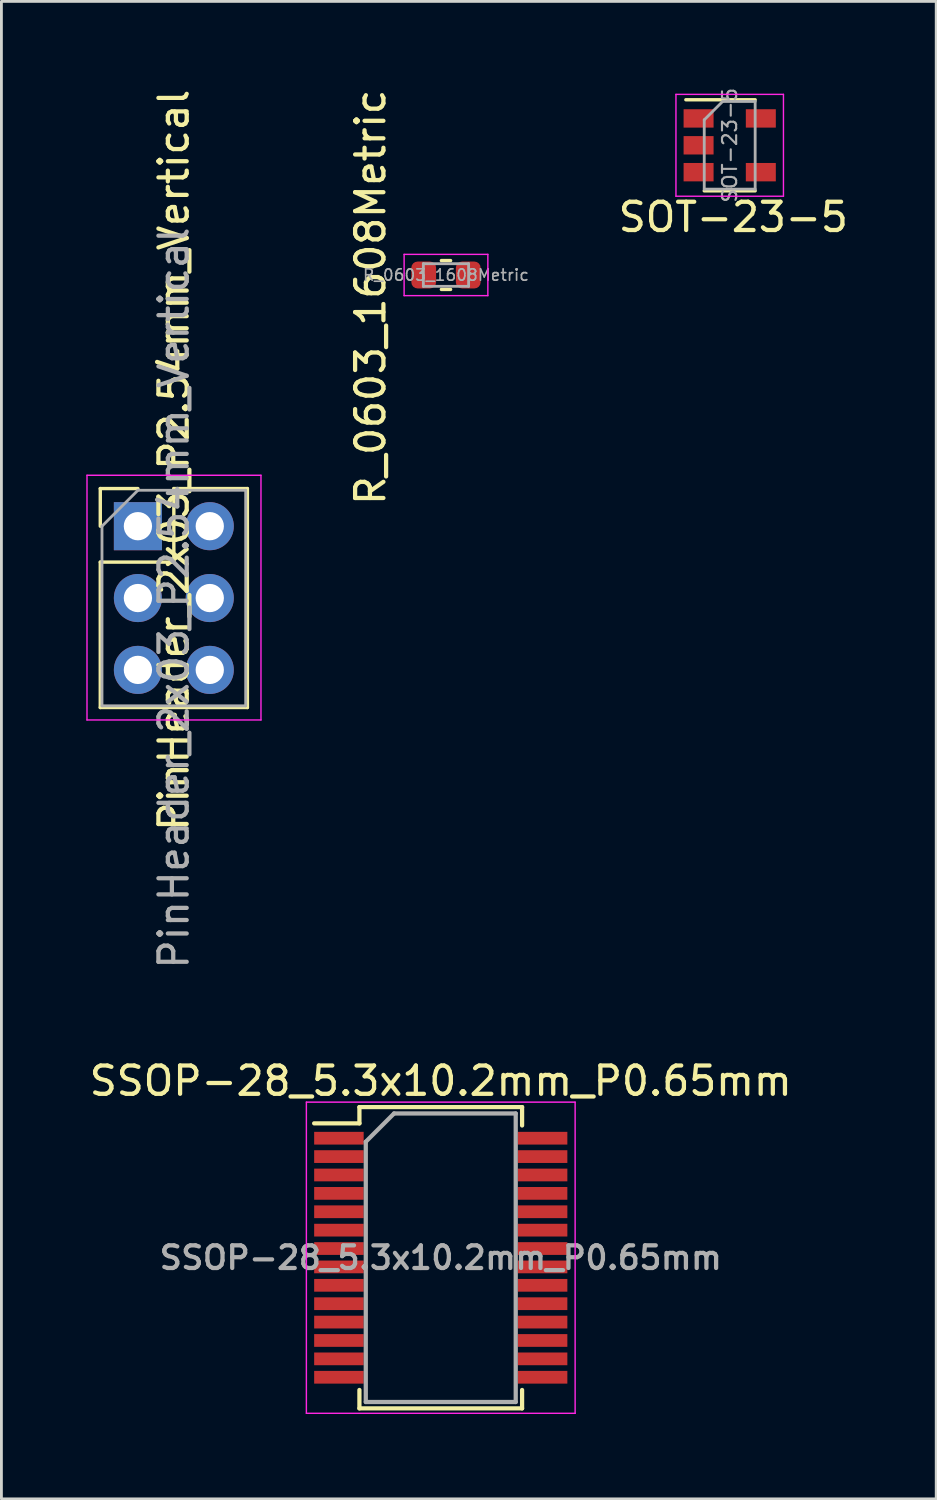
<source format=kicad_pcb>
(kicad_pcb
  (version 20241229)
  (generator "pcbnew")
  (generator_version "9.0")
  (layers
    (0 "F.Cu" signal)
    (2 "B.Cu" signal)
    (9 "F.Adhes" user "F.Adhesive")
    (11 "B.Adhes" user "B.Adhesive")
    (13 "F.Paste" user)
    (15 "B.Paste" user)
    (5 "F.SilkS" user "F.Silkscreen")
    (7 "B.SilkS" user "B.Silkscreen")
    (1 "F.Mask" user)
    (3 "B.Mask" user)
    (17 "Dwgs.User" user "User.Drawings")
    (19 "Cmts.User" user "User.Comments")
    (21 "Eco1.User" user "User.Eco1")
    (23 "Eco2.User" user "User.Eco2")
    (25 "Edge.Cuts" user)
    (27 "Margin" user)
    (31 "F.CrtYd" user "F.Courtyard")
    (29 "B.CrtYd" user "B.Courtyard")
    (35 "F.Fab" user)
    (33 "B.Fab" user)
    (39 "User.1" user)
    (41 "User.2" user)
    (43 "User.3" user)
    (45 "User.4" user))
  (footprint "SSOP-28_5.3x10.2mm_P0.65mm"
    (layer "F.Cu")
    (at 12.53 41.409)
    (property "Reference" "SSOP-28_5.3x10.2mm_P0.65mm" (at 0 -6.25 0) (layer "F.SilkS") (effects (font (size 1 1) (thickness 0.15))))
    (attr smd)
    (fp_line (start -2.875 -5.325) (end -2.875 -4.75) (stroke (width 0.15) (type solid)) (layer "F.SilkS"))
    (fp_line (start -2.875 -5.325) (end 2.875 -5.325) (stroke (width 0.15) (type solid)) (layer "F.SilkS"))
    (fp_line (start -2.875 -4.75) (end -4.475 -4.75) (stroke (width 0.15) (type solid)) (layer "F.SilkS"))
    (fp_line (start -2.875 5.325) (end -2.875 4.675) (stroke (width 0.15) (type solid)) (layer "F.SilkS"))
    (fp_line (start -2.875 5.325) (end 2.875 5.325) (stroke (width 0.15) (type solid)) (layer "F.SilkS"))
    (fp_line (start 2.875 -5.325) (end 2.875 -4.675) (stroke (width 0.15) (type solid)) (layer "F.SilkS"))
    (fp_line (start 2.875 5.325) (end 2.875 4.675) (stroke (width 0.15) (type solid)) (layer "F.SilkS"))
    (fp_line (start -4.75 -5.5) (end -4.75 5.5) (stroke (width 0.05) (type solid)) (layer "F.CrtYd"))
    (fp_line (start -4.75 -5.5) (end 4.75 -5.5) (stroke (width 0.05) (type solid)) (layer "F.CrtYd"))
    (fp_line (start -4.75 5.5) (end 4.75 5.5) (stroke (width 0.05) (type solid)) (layer "F.CrtYd"))
    (fp_line (start 4.75 -5.5) (end 4.75 5.5) (stroke (width 0.05) (type solid)) (layer "F.CrtYd"))
    (fp_line (start -2.65 -4.1) (end -1.65 -5.1) (stroke (width 0.15) (type solid)) (layer "F.Fab"))
    (fp_line (start -2.65 5.1) (end -2.65 -4.1) (stroke (width 0.15) (type solid)) (layer "F.Fab"))
    (fp_line (start -1.65 -5.1) (end 2.65 -5.1) (stroke (width 0.15) (type solid)) (layer "F.Fab"))
    (fp_line (start 2.65 -5.1) (end 2.65 5.1) (stroke (width 0.15) (type solid)) (layer "F.Fab"))
    (fp_line (start 2.65 5.1) (end -2.65 5.1) (stroke (width 0.15) (type solid)) (layer "F.Fab"))
    (fp_text user "${REFERENCE}" (at 0 0 0) (layer "F.Fab") (effects (font (size 0.8 0.8) (thickness 0.15))))
    (pad "1" smd rect (at -3.6 -4.225) (size 1.75 0.45) (layers "F.Cu" "F.Mask" "F.Paste"))
    (pad "2" smd rect (at -3.6 -3.575) (size 1.75 0.45) (layers "F.Cu" "F.Mask" "F.Paste"))
    (pad "3" smd rect (at -3.6 -2.925) (size 1.75 0.45) (layers "F.Cu" "F.Mask" "F.Paste"))
    (pad "4" smd rect (at -3.6 -2.275) (size 1.75 0.45) (layers "F.Cu" "F.Mask" "F.Paste"))
    (pad "5" smd rect (at -3.6 -1.625) (size 1.75 0.45) (layers "F.Cu" "F.Mask" "F.Paste"))
    (pad "6" smd rect (at -3.6 -0.975) (size 1.75 0.45) (layers "F.Cu" "F.Mask" "F.Paste"))
    (pad "7" smd rect (at -3.6 -0.325) (size 1.75 0.45) (layers "F.Cu" "F.Mask" "F.Paste"))
    (pad "8" smd rect (at -3.6 0.325) (size 1.75 0.45) (layers "F.Cu" "F.Mask" "F.Paste"))
    (pad "9" smd rect (at -3.6 0.975) (size 1.75 0.45) (layers "F.Cu" "F.Mask" "F.Paste"))
    (pad "10" smd rect (at -3.6 1.625) (size 1.75 0.45) (layers "F.Cu" "F.Mask" "F.Paste"))
    (pad "11" smd rect (at -3.6 2.275) (size 1.75 0.45) (layers "F.Cu" "F.Mask" "F.Paste"))
    (pad "12" smd rect (at -3.6 2.925) (size 1.75 0.45) (layers "F.Cu" "F.Mask" "F.Paste"))
    (pad "13" smd rect (at -3.6 3.575) (size 1.75 0.45) (layers "F.Cu" "F.Mask" "F.Paste"))
    (pad "14" smd rect (at -3.6 4.225) (size 1.75 0.45) (layers "F.Cu" "F.Mask" "F.Paste"))
    (pad "15" smd rect (at 3.6 4.225) (size 1.75 0.45) (layers "F.Cu" "F.Mask" "F.Paste"))
    (pad "16" smd rect (at 3.6 3.575) (size 1.75 0.45) (layers "F.Cu" "F.Mask" "F.Paste"))
    (pad "17" smd rect (at 3.6 2.925) (size 1.75 0.45) (layers "F.Cu" "F.Mask" "F.Paste"))
    (pad "18" smd rect (at 3.6 2.275) (size 1.75 0.45) (layers "F.Cu" "F.Mask" "F.Paste"))
    (pad "19" smd rect (at 3.6 1.625) (size 1.75 0.45) (layers "F.Cu" "F.Mask" "F.Paste"))
    (pad "20" smd rect (at 3.6 0.975) (size 1.75 0.45) (layers "F.Cu" "F.Mask" "F.Paste"))
    (pad "21" smd rect (at 3.6 0.325) (size 1.75 0.45) (layers "F.Cu" "F.Mask" "F.Paste"))
    (pad "22" smd rect (at 3.6 -0.325) (size 1.75 0.45) (layers "F.Cu" "F.Mask" "F.Paste"))
    (pad "23" smd rect (at 3.6 -0.975) (size 1.75 0.45) (layers "F.Cu" "F.Mask" "F.Paste"))
    (pad "24" smd rect (at 3.6 -1.625) (size 1.75 0.45) (layers "F.Cu" "F.Mask" "F.Paste"))
    (pad "25" smd rect (at 3.6 -2.275) (size 1.75 0.45) (layers "F.Cu" "F.Mask" "F.Paste"))
    (pad "26" smd rect (at 3.6 -2.925) (size 1.75 0.45) (layers "F.Cu" "F.Mask" "F.Paste"))
    (pad "27" smd rect (at 3.6 -3.575) (size 1.75 0.45) (layers "F.Cu" "F.Mask" "F.Paste"))
    (pad "28" smd rect (at 3.6 -4.225) (size 1.75 0.45) (layers "F.Cu" "F.Mask" "F.Paste")))
  (footprint "R_0603_1608Metric"
    (layer "F.Cu")
    (at 12.715 6.671)
    (property "Reference" "R_0603_1608Metric" (at -2.667 0.787 270) (layer "F.SilkS") (effects (font (size 1 1) (thickness 0.15))))
    (attr smd)
    (fp_line (start -0.163 -0.51) (end 0.163 -0.51) (stroke (width 0.12) (type solid)) (layer "F.SilkS"))
    (fp_line (start -0.163 0.51) (end 0.163 0.51) (stroke (width 0.12) (type solid)) (layer "F.SilkS"))
    (fp_line (start -1.48 -0.73) (end 1.48 -0.73) (stroke (width 0.05) (type solid)) (layer "F.CrtYd"))
    (fp_line (start -1.48 0.73) (end -1.48 -0.73) (stroke (width 0.05) (type solid)) (layer "F.CrtYd"))
    (fp_line (start 1.48 -0.73) (end 1.48 0.73) (stroke (width 0.05) (type solid)) (layer "F.CrtYd"))
    (fp_line (start 1.48 0.73) (end -1.48 0.73) (stroke (width 0.05) (type solid)) (layer "F.CrtYd"))
    (fp_line (start -0.8 -0.4) (end 0.8 -0.4) (stroke (width 0.1) (type solid)) (layer "F.Fab"))
    (fp_line (start -0.8 0.4) (end -0.8 -0.4) (stroke (width 0.1) (type solid)) (layer "F.Fab"))
    (fp_line (start 0.8 -0.4) (end 0.8 0.4) (stroke (width 0.1) (type solid)) (layer "F.Fab"))
    (fp_line (start 0.8 0.4) (end -0.8 0.4) (stroke (width 0.1) (type solid)) (layer "F.Fab"))
    (fp_text user "${REFERENCE}" (at 0 0 0) (layer "F.Fab") (effects (font (size 0.4 0.4) (thickness 0.06))))
    (pad "1" smd roundrect (at -0.787 0) (size 0.875 0.95) (layers "F.Cu" "F.Mask" "F.Paste") (roundrect_rratio 0.25))
    (pad "2" smd roundrect (at 0.787 0) (size 0.875 0.95) (layers "F.Cu" "F.Mask" "F.Paste") (roundrect_rratio 0.25)))
  (footprint "PinHeader_2x03_P2.54mm_Vertical"
    (layer "F.Cu")
    (at 1.825 15.55)
    (property "Reference" "PinHeader_2x03_P2.54mm_Vertical" (at 1.27 -2.33 90) (layer "F.SilkS") (effects (font (size 1 1) (thickness 0.15))))
    (attr through_hole)
    (fp_line (start -1.33 -1.33) (end 0 -1.33) (stroke (width 0.12) (type solid)) (layer "F.SilkS"))
    (fp_line (start -1.33 0) (end -1.33 -1.33) (stroke (width 0.12) (type solid)) (layer "F.SilkS"))
    (fp_line (start -1.33 1.27) (end -1.33 6.41) (stroke (width 0.12) (type solid)) (layer "F.SilkS"))
    (fp_line (start -1.33 1.27) (end 1.27 1.27) (stroke (width 0.12) (type solid)) (layer "F.SilkS"))
    (fp_line (start -1.33 6.41) (end 3.87 6.41) (stroke (width 0.12) (type solid)) (layer "F.SilkS"))
    (fp_line (start 1.27 -1.33) (end 3.87 -1.33) (stroke (width 0.12) (type solid)) (layer "F.SilkS"))
    (fp_line (start 1.27 1.27) (end 1.27 -1.33) (stroke (width 0.12) (type solid)) (layer "F.SilkS"))
    (fp_line (start 3.87 -1.33) (end 3.87 6.41) (stroke (width 0.12) (type solid)) (layer "F.SilkS"))
    (fp_line (start -1.8 -1.8) (end -1.8 6.85) (stroke (width 0.05) (type solid)) (layer "F.CrtYd"))
    (fp_line (start -1.8 6.85) (end 4.35 6.85) (stroke (width 0.05) (type solid)) (layer "F.CrtYd"))
    (fp_line (start 4.35 -1.8) (end -1.8 -1.8) (stroke (width 0.05) (type solid)) (layer "F.CrtYd"))
    (fp_line (start 4.35 6.85) (end 4.35 -1.8) (stroke (width 0.05) (type solid)) (layer "F.CrtYd"))
    (fp_line (start -1.27 0) (end 0 -1.27) (stroke (width 0.1) (type solid)) (layer "F.Fab"))
    (fp_line (start -1.27 6.35) (end -1.27 0) (stroke (width 0.1) (type solid)) (layer "F.Fab"))
    (fp_line (start 0 -1.27) (end 3.81 -1.27) (stroke (width 0.1) (type solid)) (layer "F.Fab"))
    (fp_line (start 3.81 -1.27) (end 3.81 6.35) (stroke (width 0.1) (type solid)) (layer "F.Fab"))
    (fp_line (start 3.81 6.35) (end -1.27 6.35) (stroke (width 0.1) (type solid)) (layer "F.Fab"))
    (fp_text user "${REFERENCE}" (at 1.27 2.54 90) (layer "F.Fab") (effects (font (size 1 1) (thickness 0.15))))
    (pad "1" thru_hole rect (at 0 0) (size 1.7 1.7) (drill 1) (layers "*.Cu" "*.Mask"))
    (pad "2" thru_hole oval (at 2.54 0) (size 1.7 1.7) (drill 1) (layers "*.Cu" "*.Mask"))
    (pad "3" thru_hole oval (at 0 2.54) (size 1.7 1.7) (drill 1) (layers "*.Cu" "*.Mask"))
    (pad "4" thru_hole oval (at 2.54 2.54) (size 1.7 1.7) (drill 1) (layers "*.Cu" "*.Mask"))
    (pad "5" thru_hole oval (at 0 5.08) (size 1.7 1.7) (drill 1) (layers "*.Cu" "*.Mask"))
    (pad "6" thru_hole oval (at 2.54 5.08) (size 1.7 1.7) (drill 1) (layers "*.Cu" "*.Mask")))
  (footprint "SOT-23-5"
    (layer "F.Cu")
    (at 22.744 2.086)
    (property "Reference" "SOT-23-5" (at 0.127 2.54 0) (layer "F.SilkS") (effects (font (size 1 1) (thickness 0.15))))
    (attr smd)
    (fp_line (start -0.9 1.61) (end 0.9 1.61) (stroke (width 0.12) (type solid)) (layer "F.SilkS"))
    (fp_line (start 0.9 -1.61) (end -1.55 -1.61) (stroke (width 0.12) (type solid)) (layer "F.SilkS"))
    (fp_line (start -1.9 -1.8) (end 1.9 -1.8) (stroke (width 0.05) (type solid)) (layer "F.CrtYd"))
    (fp_line (start -1.9 1.8) (end -1.9 -1.8) (stroke (width 0.05) (type solid)) (layer "F.CrtYd"))
    (fp_line (start 1.9 -1.8) (end 1.9 1.8) (stroke (width 0.05) (type solid)) (layer "F.CrtYd"))
    (fp_line (start 1.9 1.8) (end -1.9 1.8) (stroke (width 0.05) (type solid)) (layer "F.CrtYd"))
    (fp_line (start -0.9 -0.9) (end -0.9 1.55) (stroke (width 0.1) (type solid)) (layer "F.Fab"))
    (fp_line (start -0.9 -0.9) (end -0.25 -1.55) (stroke (width 0.1) (type solid)) (layer "F.Fab"))
    (fp_line (start 0.9 -1.55) (end -0.25 -1.55) (stroke (width 0.1) (type solid)) (layer "F.Fab"))
    (fp_line (start 0.9 -1.55) (end 0.9 1.55) (stroke (width 0.1) (type solid)) (layer "F.Fab"))
    (fp_line (start 0.9 1.55) (end -0.9 1.55) (stroke (width 0.1) (type solid)) (layer "F.Fab"))
    (fp_text user "${REFERENCE}" (at 0 0 90) (layer "F.Fab") (effects (font (size 0.5 0.5) (thickness 0.075))))
    (pad "1" smd rect (at -1.1 -0.95) (size 1.06 0.65) (layers "F.Cu" "F.Mask" "F.Paste"))
    (pad "2" smd rect (at -1.1 0) (size 1.06 0.65) (layers "F.Cu" "F.Mask" "F.Paste"))
    (pad "3" smd rect (at -1.1 0.95) (size 1.06 0.65) (layers "F.Cu" "F.Mask" "F.Paste"))
    (pad "4" smd rect (at 1.1 0.95) (size 1.06 0.65) (layers "F.Cu" "F.Mask" "F.Paste"))
    (pad "5" smd rect (at 1.1 -0.95) (size 1.06 0.65) (layers "F.Cu" "F.Mask" "F.Paste")))
  (gr_rect
    (start -3 -3)
    (end 30.044 49.934)
    (stroke (width 0.1) (type default))
    (fill no)
    (layer "Edge.Cuts")))
</source>
